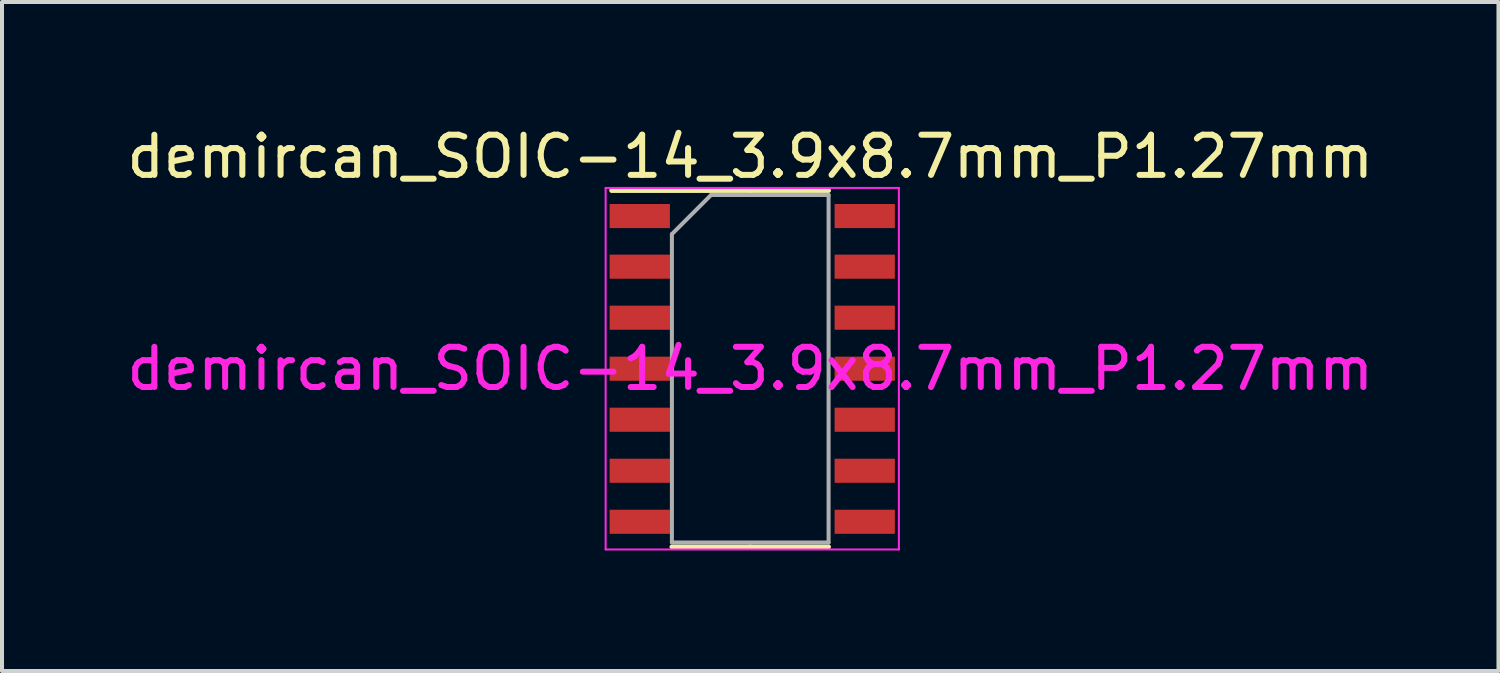
<source format=kicad_pcb>
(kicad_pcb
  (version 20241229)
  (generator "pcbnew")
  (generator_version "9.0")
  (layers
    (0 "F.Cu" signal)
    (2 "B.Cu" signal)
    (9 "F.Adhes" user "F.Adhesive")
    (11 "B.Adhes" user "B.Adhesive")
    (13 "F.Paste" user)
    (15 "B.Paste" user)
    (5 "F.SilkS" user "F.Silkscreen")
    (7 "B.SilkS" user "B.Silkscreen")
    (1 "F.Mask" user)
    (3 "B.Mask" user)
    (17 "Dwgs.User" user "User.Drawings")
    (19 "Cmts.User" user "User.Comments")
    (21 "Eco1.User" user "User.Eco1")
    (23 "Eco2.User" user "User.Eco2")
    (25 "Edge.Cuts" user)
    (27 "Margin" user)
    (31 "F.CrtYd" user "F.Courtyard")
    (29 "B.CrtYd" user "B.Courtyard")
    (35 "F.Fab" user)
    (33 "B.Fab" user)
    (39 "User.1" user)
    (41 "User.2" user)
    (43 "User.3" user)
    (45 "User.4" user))
  (footprint "demircan_SOIC-14_3.9x8.7mm_P1.27mm"
    (layer "F.Cu")
    (at 15.625 6.128)
    (property "Reference" "demircan_SOIC-14_3.9x8.7mm_P1.27mm" (at 0 -5.28 0) (layer "F.SilkS") (effects (font (size 1 1) (thickness 0.15))))
    (attr smd)
    (fp_line (start 0 -4.435) (end -3.45 -4.435) (stroke (width 0.12) (type solid)) (layer "F.SilkS"))
    (fp_line (start 0 -4.435) (end 1.95 -4.435) (stroke (width 0.12) (type solid)) (layer "F.SilkS"))
    (fp_line (start 0 4.435) (end -1.95 4.435) (stroke (width 0.12) (type solid)) (layer "F.SilkS"))
    (fp_line (start 0 4.435) (end 1.95 4.435) (stroke (width 0.12) (type solid)) (layer "F.SilkS"))
    (fp_line (start -3.6 -4.5) (end 3.7 -4.5) (stroke (width 0.05) (type solid)) (layer "F.CrtYd"))
    (fp_line (start -3.6 4.5) (end -3.6 -4.5) (stroke (width 0.05) (type solid)) (layer "F.CrtYd"))
    (fp_line (start 3.7 -4.5) (end 3.7 4.5) (stroke (width 0.05) (type solid)) (layer "F.CrtYd"))
    (fp_line (start 3.7 4.5) (end -3.6 4.5) (stroke (width 0.05) (type solid)) (layer "F.CrtYd"))
    (fp_line (start -1.95 -3.35) (end -0.975 -4.325) (stroke (width 0.1) (type solid)) (layer "F.Fab"))
    (fp_line (start -1.95 4.325) (end -1.95 -3.35) (stroke (width 0.1) (type solid)) (layer "F.Fab"))
    (fp_line (start -0.975 -4.325) (end 1.95 -4.325) (stroke (width 0.1) (type solid)) (layer "F.Fab"))
    (fp_line (start 1.95 -4.325) (end 1.95 4.325) (stroke (width 0.1) (type solid)) (layer "F.Fab"))
    (fp_line (start 1.95 4.325) (end -1.95 4.325) (stroke (width 0.1) (type solid)) (layer "F.Fab"))
    (fp_text user "${REFERENCE}" (at 0 0 0) (layer "F.CrtYd") (effects (font (size 1 1) (thickness 0.15))))
    (pad "1" smd rect (at -2.75 -3.8) (size 1.5 0.6) (layers "F.Cu" "F.Mask" "F.Paste"))
    (pad "2" smd rect (at -2.75 -2.54) (size 1.5 0.6) (layers "F.Cu" "F.Mask" "F.Paste"))
    (pad "3" smd rect (at -2.75 -1.27) (size 1.5 0.6) (layers "F.Cu" "F.Mask" "F.Paste"))
    (pad "4" smd rect (at -2.75 0) (size 1.5 0.6) (layers "F.Cu" "F.Mask" "F.Paste"))
    (pad "5" smd rect (at -2.75 1.27) (size 1.5 0.6) (layers "F.Cu" "F.Mask" "F.Paste"))
    (pad "6" smd rect (at -2.75 2.54) (size 1.5 0.6) (layers "F.Cu" "F.Mask" "F.Paste"))
    (pad "7" smd rect (at -2.75 3.81) (size 1.5 0.6) (layers "F.Cu" "F.Mask" "F.Paste"))
    (pad "8" smd rect (at 2.85 3.81) (size 1.5 0.6) (layers "F.Cu" "F.Mask" "F.Paste"))
    (pad "9" smd rect (at 2.85 2.54) (size 1.5 0.6) (layers "F.Cu" "F.Mask" "F.Paste"))
    (pad "10" smd rect (at 2.85 1.27) (size 1.5 0.6) (layers "F.Cu" "F.Mask" "F.Paste"))
    (pad "11" smd rect (at 2.85 0) (size 1.5 0.6) (layers "F.Cu" "F.Mask" "F.Paste"))
    (pad "12" smd rect (at 2.85 -1.27) (size 1.5 0.6) (layers "F.Cu" "F.Mask" "F.Paste"))
    (pad "13" smd rect (at 2.85 -2.54) (size 1.5 0.6) (layers "F.Cu" "F.Mask" "F.Paste"))
    (pad "14" smd rect (at 2.85 -3.8) (size 1.5 0.6) (layers "F.Cu" "F.Mask" "F.Paste")))
  (gr_rect
    (start -3 -3)
    (end 34.25 13.653)
    (stroke (width 0.1) (type default))
    (fill no)
    (layer "Edge.Cuts")))
</source>
